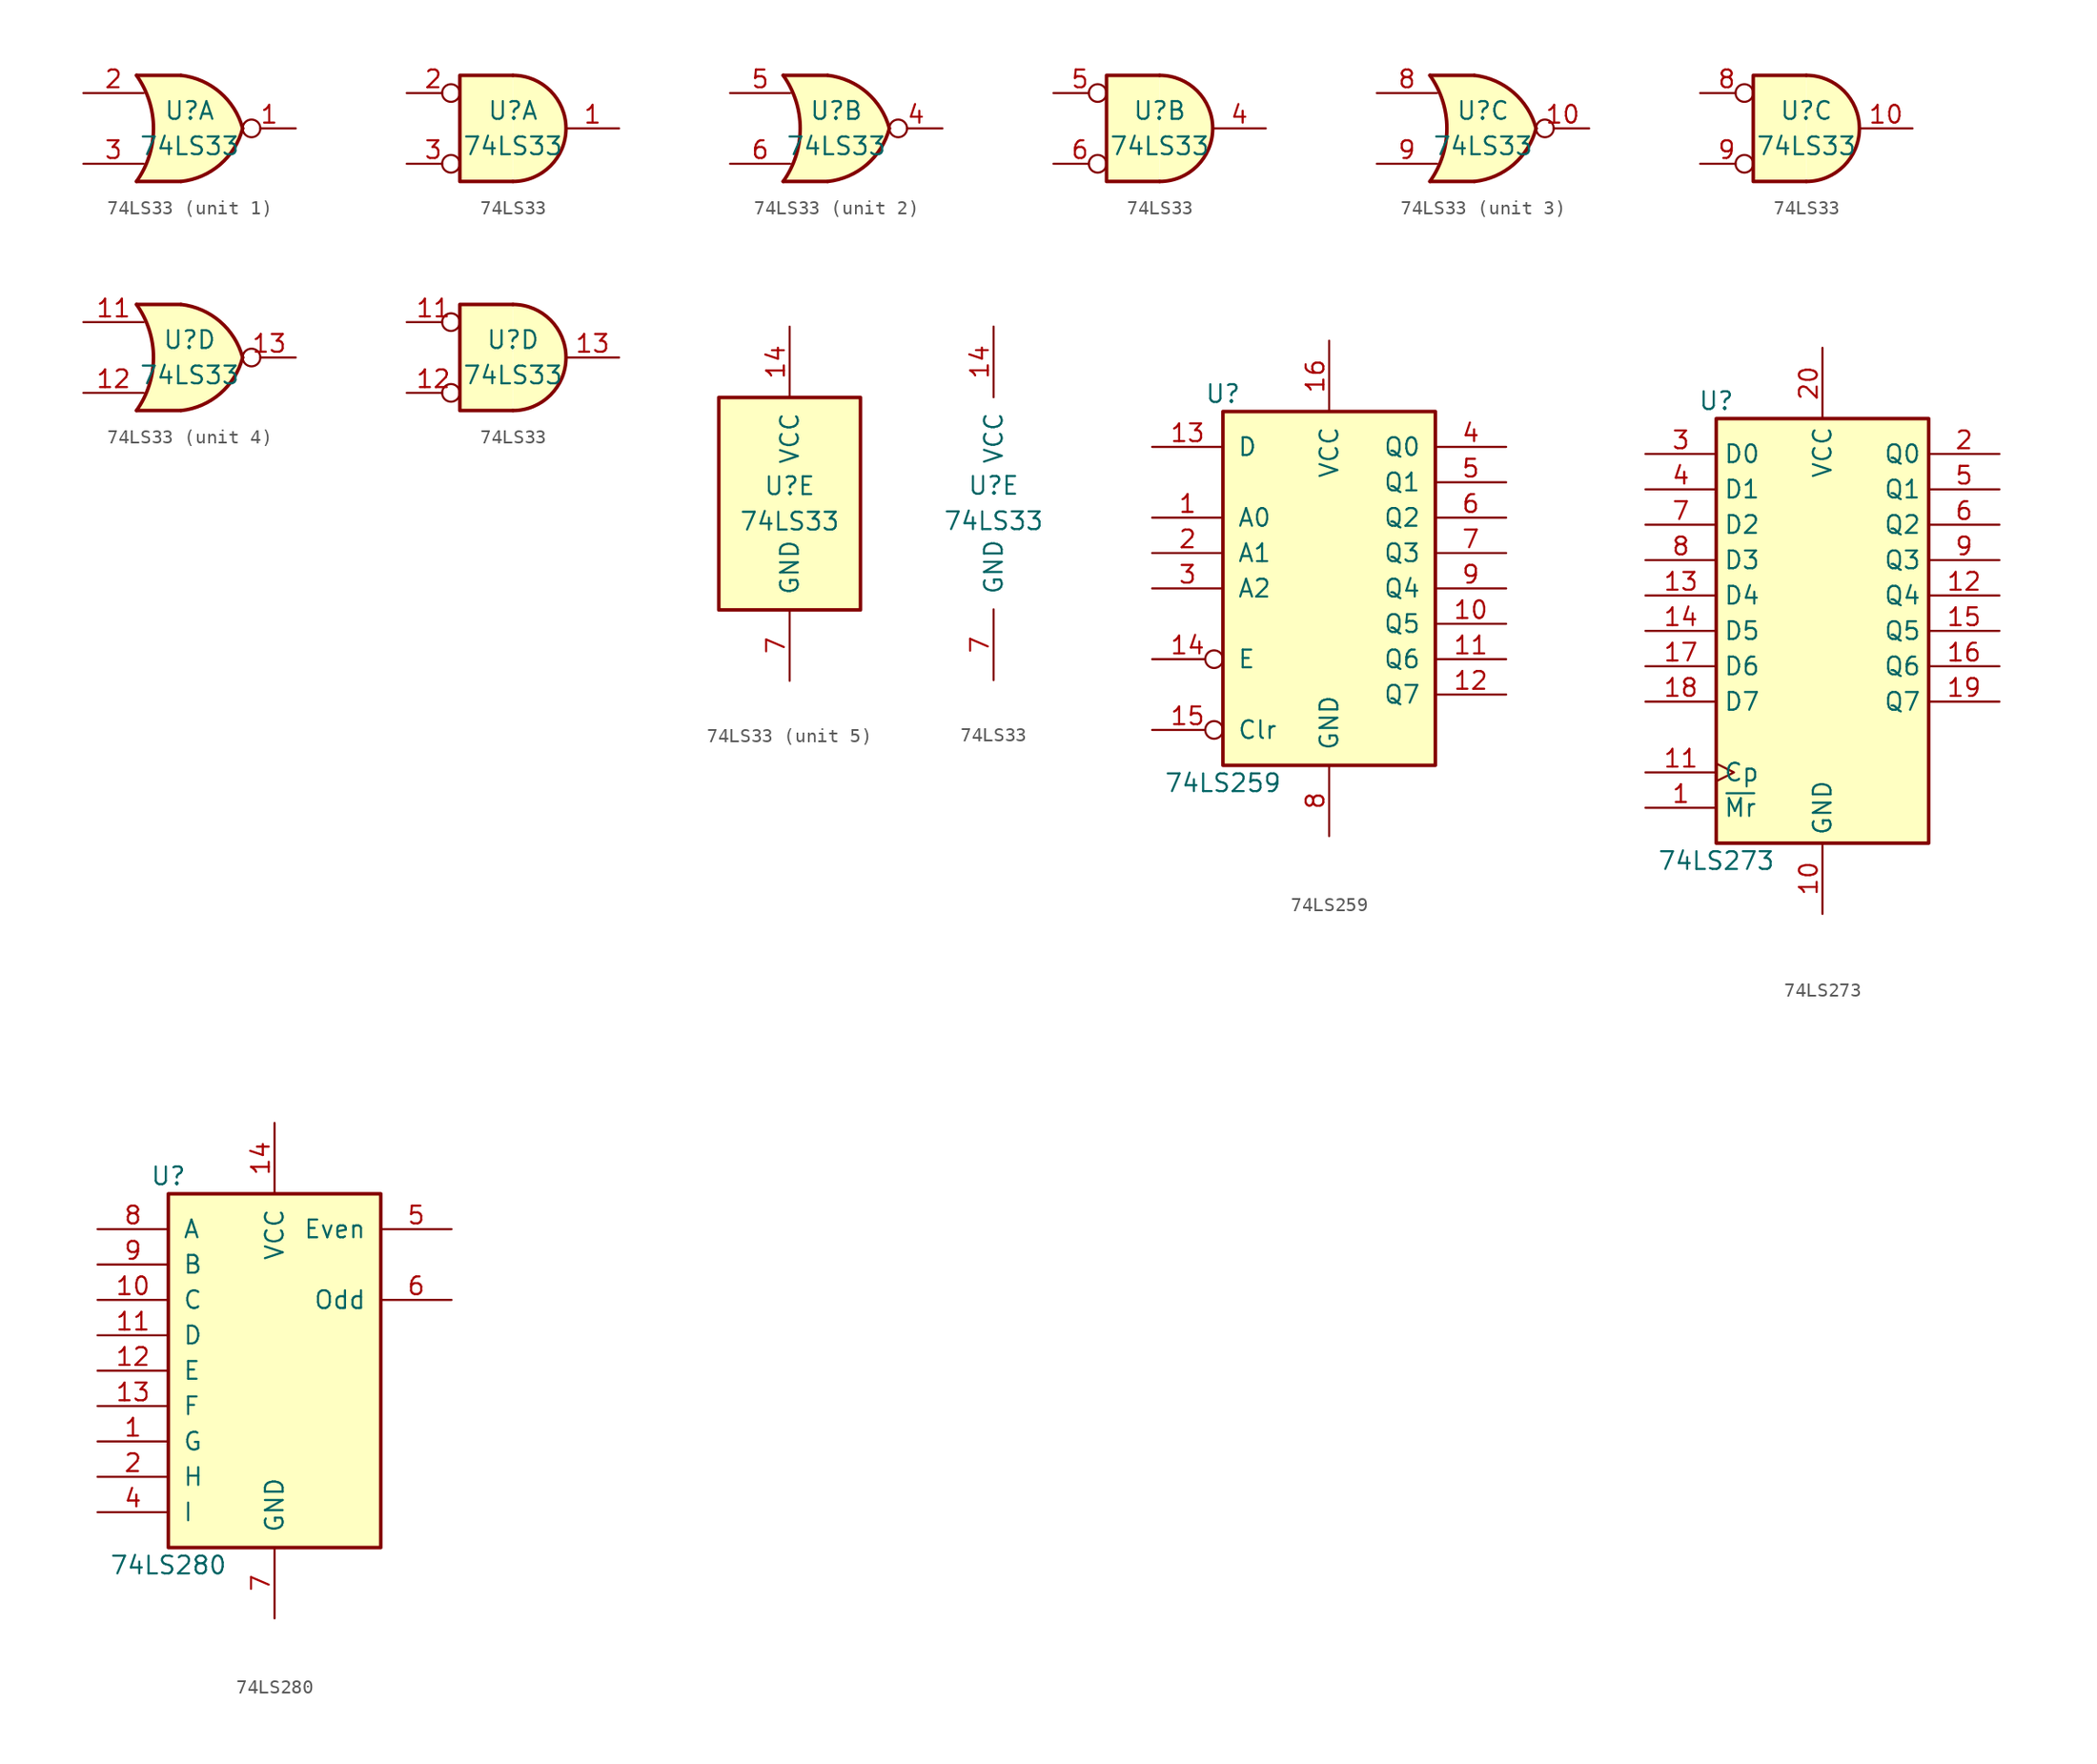
<source format=kicad_sym>
(kicad_symbol_lib
  (version 20241209)
  (generator "kicad_symbol_editor")
  (generator_version "9.0")
  (symbol "74LS33"
    (pin_names
      (offset 1.016))
    (property "Reference" "U"
      (at 0 1.27 0)
      (effects (font (size 1.27 1.27))))
    (property "Value" "74LS33"
      (at 0 -1.27 0)
      (effects (font (size 1.27 1.27))))
    (property "ki_locked" ""
      (at 0 0 0)
      (effects (font (size 1.27 1.27))))
    (symbol "74LS33_1_1"
      (arc (start -3.81 3.81) (mid -2.589 0) (end -3.81 -3.81) (stroke (width 0.254) (type solid)) (fill (type none)))
      (polyline (pts (xy -3.81 3.81) (xy -0.635 3.81)) (stroke (width 0.254) (type solid)) (fill (type background)))
      (polyline (pts (xy -3.81 -3.81) (xy -0.635 -3.81)) (stroke (width 0.254) (type solid)) (fill (type background)))
      (arc (start 3.81 0) (mid 2.1915 -2.5936) (end -0.6096 -3.81) (stroke (width 0.254) (type solid)) (fill (type background)))
      (arc (start -0.6096 3.81) (mid 2.1842 2.5851) (end 3.81 0) (stroke (width 0.254) (type solid)) (fill (type background)))
      (polyline (pts (xy -0.635 3.81) (xy -3.81 3.81) (xy -3.81 3.81) (xy -3.556 3.404) (xy -3.023 2.261) (xy -2.692 1.041) (xy -2.616 -0.254) (xy -2.769 -1.499) (xy -3.175 -2.718) (xy -3.81 -3.81) (xy -3.81 -3.81) (xy -0.635 -3.81)) (stroke (width -25.4) (type solid)) (fill (type background)))
      (pin input line (at -7.62 2.54 0) (length 4.318) (name "~" (effects (font (size 1.27 1.27)))) (number "2" (effects (font (size 1.27 1.27)))))
      (pin input line (at -7.62 -2.54 0) (length 4.318) (name "~" (effects (font (size 1.27 1.27)))) (number "3" (effects (font (size 1.27 1.27)))))
      (pin open_collector inverted (at 7.62 0 180) (length 3.81) (name "~" (effects (font (size 1.27 1.27)))) (number "1" (effects (font (size 1.27 1.27))))))
    (symbol "74LS33_1_2"
      (polyline (pts (xy 0 3.81) (xy -3.81 3.81) (xy -3.81 -3.81) (xy 0 -3.81)) (stroke (width 0.254) (type solid)) (fill (type background)))
      (arc (start 0 3.81) (mid 3.81 0) (end 0 -3.81) (stroke (width 0.254) (type solid)) (fill (type background)))
      (pin input inverted (at -7.62 2.54 0) (length 3.81) (name "~" (effects (font (size 1.27 1.27)))) (number "2" (effects (font (size 1.27 1.27)))))
      (pin input inverted (at -7.62 -2.54 0) (length 3.81) (name "~" (effects (font (size 1.27 1.27)))) (number "3" (effects (font (size 1.27 1.27)))))
      (pin open_collector line (at 7.62 0 180) (length 3.81) (name "~" (effects (font (size 1.27 1.27)))) (number "1" (effects (font (size 1.27 1.27))))))
    (symbol "74LS33_2_1"
      (arc (start -3.81 3.81) (mid -2.589 0) (end -3.81 -3.81) (stroke (width 0.254) (type solid)) (fill (type none)))
      (polyline (pts (xy -3.81 3.81) (xy -0.635 3.81)) (stroke (width 0.254) (type solid)) (fill (type background)))
      (polyline (pts (xy -3.81 -3.81) (xy -0.635 -3.81)) (stroke (width 0.254) (type solid)) (fill (type background)))
      (arc (start 3.81 0) (mid 2.1915 -2.5936) (end -0.6096 -3.81) (stroke (width 0.254) (type solid)) (fill (type background)))
      (arc (start -0.6096 3.81) (mid 2.1842 2.5851) (end 3.81 0) (stroke (width 0.254) (type solid)) (fill (type background)))
      (polyline (pts (xy -0.635 3.81) (xy -3.81 3.81) (xy -3.81 3.81) (xy -3.556 3.404) (xy -3.023 2.261) (xy -2.692 1.041) (xy -2.616 -0.254) (xy -2.769 -1.499) (xy -3.175 -2.718) (xy -3.81 -3.81) (xy -3.81 -3.81) (xy -0.635 -3.81)) (stroke (width -25.4) (type solid)) (fill (type background)))
      (pin input line (at -7.62 2.54 0) (length 4.318) (name "~" (effects (font (size 1.27 1.27)))) (number "5" (effects (font (size 1.27 1.27)))))
      (pin input line (at -7.62 -2.54 0) (length 4.318) (name "~" (effects (font (size 1.27 1.27)))) (number "6" (effects (font (size 1.27 1.27)))))
      (pin open_collector inverted (at 7.62 0 180) (length 3.81) (name "~" (effects (font (size 1.27 1.27)))) (number "4" (effects (font (size 1.27 1.27))))))
    (symbol "74LS33_2_2"
      (polyline (pts (xy 0 3.81) (xy -3.81 3.81) (xy -3.81 -3.81) (xy 0 -3.81)) (stroke (width 0.254) (type solid)) (fill (type background)))
      (arc (start 0 3.81) (mid 3.81 0) (end 0 -3.81) (stroke (width 0.254) (type solid)) (fill (type background)))
      (pin input inverted (at -7.62 2.54 0) (length 3.81) (name "~" (effects (font (size 1.27 1.27)))) (number "5" (effects (font (size 1.27 1.27)))))
      (pin input inverted (at -7.62 -2.54 0) (length 3.81) (name "~" (effects (font (size 1.27 1.27)))) (number "6" (effects (font (size 1.27 1.27)))))
      (pin open_collector line (at 7.62 0 180) (length 3.81) (name "~" (effects (font (size 1.27 1.27)))) (number "4" (effects (font (size 1.27 1.27))))))
    (symbol "74LS33_3_1"
      (arc (start -3.81 3.81) (mid -2.589 0) (end -3.81 -3.81) (stroke (width 0.254) (type solid)) (fill (type none)))
      (polyline (pts (xy -3.81 3.81) (xy -0.635 3.81)) (stroke (width 0.254) (type solid)) (fill (type background)))
      (polyline (pts (xy -3.81 -3.81) (xy -0.635 -3.81)) (stroke (width 0.254) (type solid)) (fill (type background)))
      (arc (start 3.81 0) (mid 2.1915 -2.5936) (end -0.6096 -3.81) (stroke (width 0.254) (type solid)) (fill (type background)))
      (arc (start -0.6096 3.81) (mid 2.1842 2.5851) (end 3.81 0) (stroke (width 0.254) (type solid)) (fill (type background)))
      (polyline (pts (xy -0.635 3.81) (xy -3.81 3.81) (xy -3.81 3.81) (xy -3.556 3.404) (xy -3.023 2.261) (xy -2.692 1.041) (xy -2.616 -0.254) (xy -2.769 -1.499) (xy -3.175 -2.718) (xy -3.81 -3.81) (xy -3.81 -3.81) (xy -0.635 -3.81)) (stroke (width -25.4) (type solid)) (fill (type background)))
      (pin input line (at -7.62 2.54 0) (length 4.318) (name "~" (effects (font (size 1.27 1.27)))) (number "8" (effects (font (size 1.27 1.27)))))
      (pin input line (at -7.62 -2.54 0) (length 4.318) (name "~" (effects (font (size 1.27 1.27)))) (number "9" (effects (font (size 1.27 1.27)))))
      (pin open_collector inverted (at 7.62 0 180) (length 3.81) (name "~" (effects (font (size 1.27 1.27)))) (number "10" (effects (font (size 1.27 1.27))))))
    (symbol "74LS33_3_2"
      (polyline (pts (xy 0 3.81) (xy -3.81 3.81) (xy -3.81 -3.81) (xy 0 -3.81)) (stroke (width 0.254) (type solid)) (fill (type background)))
      (arc (start 0 3.81) (mid 3.81 0) (end 0 -3.81) (stroke (width 0.254) (type solid)) (fill (type background)))
      (pin input inverted (at -7.62 2.54 0) (length 3.81) (name "~" (effects (font (size 1.27 1.27)))) (number "8" (effects (font (size 1.27 1.27)))))
      (pin input inverted (at -7.62 -2.54 0) (length 3.81) (name "~" (effects (font (size 1.27 1.27)))) (number "9" (effects (font (size 1.27 1.27)))))
      (pin open_collector line (at 7.62 0 180) (length 3.81) (name "~" (effects (font (size 1.27 1.27)))) (number "10" (effects (font (size 1.27 1.27))))))
    (symbol "74LS33_4_1"
      (arc (start -3.81 3.81) (mid -2.589 0) (end -3.81 -3.81) (stroke (width 0.254) (type solid)) (fill (type none)))
      (polyline (pts (xy -3.81 3.81) (xy -0.635 3.81)) (stroke (width 0.254) (type solid)) (fill (type background)))
      (polyline (pts (xy -3.81 -3.81) (xy -0.635 -3.81)) (stroke (width 0.254) (type solid)) (fill (type background)))
      (arc (start 3.81 0) (mid 2.1915 -2.5936) (end -0.6096 -3.81) (stroke (width 0.254) (type solid)) (fill (type background)))
      (arc (start -0.6096 3.81) (mid 2.1842 2.5851) (end 3.81 0) (stroke (width 0.254) (type solid)) (fill (type background)))
      (polyline (pts (xy -0.635 3.81) (xy -3.81 3.81) (xy -3.81 3.81) (xy -3.556 3.404) (xy -3.023 2.261) (xy -2.692 1.041) (xy -2.616 -0.254) (xy -2.769 -1.499) (xy -3.175 -2.718) (xy -3.81 -3.81) (xy -3.81 -3.81) (xy -0.635 -3.81)) (stroke (width -25.4) (type solid)) (fill (type background)))
      (pin input line (at -7.62 2.54 0) (length 4.318) (name "~" (effects (font (size 1.27 1.27)))) (number "11" (effects (font (size 1.27 1.27)))))
      (pin input line (at -7.62 -2.54 0) (length 4.318) (name "~" (effects (font (size 1.27 1.27)))) (number "12" (effects (font (size 1.27 1.27)))))
      (pin open_collector inverted (at 7.62 0 180) (length 3.81) (name "~" (effects (font (size 1.27 1.27)))) (number "13" (effects (font (size 1.27 1.27))))))
    (symbol "74LS33_4_2"
      (polyline (pts (xy 0 3.81) (xy -3.81 3.81) (xy -3.81 -3.81) (xy 0 -3.81)) (stroke (width 0.254) (type solid)) (fill (type background)))
      (arc (start 0 3.81) (mid 3.81 0) (end 0 -3.81) (stroke (width 0.254) (type solid)) (fill (type background)))
      (pin input inverted (at -7.62 2.54 0) (length 3.81) (name "~" (effects (font (size 1.27 1.27)))) (number "11" (effects (font (size 1.27 1.27)))))
      (pin input inverted (at -7.62 -2.54 0) (length 3.81) (name "~" (effects (font (size 1.27 1.27)))) (number "12" (effects (font (size 1.27 1.27)))))
      (pin open_collector line (at 7.62 0 180) (length 3.81) (name "~" (effects (font (size 1.27 1.27)))) (number "13" (effects (font (size 1.27 1.27))))))
    (symbol "74LS33_5_0"
      (pin power_in line (at 0 12.7 270) (length 5.08) (name "VCC" (effects (font (size 1.27 1.27)))) (number "14" (effects (font (size 1.27 1.27)))))
      (pin power_in line (at 0 -12.7 90) (length 5.08) (name "GND" (effects (font (size 1.27 1.27)))) (number "7" (effects (font (size 1.27 1.27))))))
    (symbol "74LS33_5_1"
      (rectangle (start -5.08 7.62) (end 5.08 -7.62) (stroke (width 0.254) (type solid)) (fill (type background)))))
  (symbol "74LS259"
    (pin_names
      (offset 1.016))
    (property "Reference" "U"
      (at -7.62 13.97 0)
      (effects (font (size 1.27 1.27))))
    (property "Value" "74LS259"
      (at -7.62 -13.97 0)
      (effects (font (size 1.27 1.27))))
    (property "ki_locked" ""
      (at 0 0 0)
      (effects (font (size 1.27 1.27))))
    (symbol "74LS259_1_0"
      (pin input line (at -12.7 10.16 0) (length 5.08) (name "D" (effects (font (size 1.27 1.27)))) (number "13" (effects (font (size 1.27 1.27)))))
      (pin input line (at -12.7 5.08 0) (length 5.08) (name "A0" (effects (font (size 1.27 1.27)))) (number "1" (effects (font (size 1.27 1.27)))))
      (pin input line (at -12.7 2.54 0) (length 5.08) (name "A1" (effects (font (size 1.27 1.27)))) (number "2" (effects (font (size 1.27 1.27)))))
      (pin input line (at -12.7 0 0) (length 5.08) (name "A2" (effects (font (size 1.27 1.27)))) (number "3" (effects (font (size 1.27 1.27)))))
      (pin input inverted (at -12.7 -5.08 0) (length 5.08) (name "E" (effects (font (size 1.27 1.27)))) (number "14" (effects (font (size 1.27 1.27)))))
      (pin input inverted (at -12.7 -10.16 0) (length 5.08) (name "Clr" (effects (font (size 1.27 1.27)))) (number "15" (effects (font (size 1.27 1.27)))))
      (pin power_in line (at 0 17.78 270) (length 5.08) (name "VCC" (effects (font (size 1.27 1.27)))) (number "16" (effects (font (size 1.27 1.27)))))
      (pin power_in line (at 0 -17.78 90) (length 5.08) (name "GND" (effects (font (size 1.27 1.27)))) (number "8" (effects (font (size 1.27 1.27)))))
      (pin output line (at 12.7 10.16 180) (length 5.08) (name "Q0" (effects (font (size 1.27 1.27)))) (number "4" (effects (font (size 1.27 1.27)))))
      (pin output line (at 12.7 7.62 180) (length 5.08) (name "Q1" (effects (font (size 1.27 1.27)))) (number "5" (effects (font (size 1.27 1.27)))))
      (pin output line (at 12.7 5.08 180) (length 5.08) (name "Q2" (effects (font (size 1.27 1.27)))) (number "6" (effects (font (size 1.27 1.27)))))
      (pin output line (at 12.7 2.54 180) (length 5.08) (name "Q3" (effects (font (size 1.27 1.27)))) (number "7" (effects (font (size 1.27 1.27)))))
      (pin output line (at 12.7 0 180) (length 5.08) (name "Q4" (effects (font (size 1.27 1.27)))) (number "9" (effects (font (size 1.27 1.27)))))
      (pin output line (at 12.7 -2.54 180) (length 5.08) (name "Q5" (effects (font (size 1.27 1.27)))) (number "10" (effects (font (size 1.27 1.27)))))
      (pin output line (at 12.7 -5.08 180) (length 5.08) (name "Q6" (effects (font (size 1.27 1.27)))) (number "11" (effects (font (size 1.27 1.27)))))
      (pin output line (at 12.7 -7.62 180) (length 5.08) (name "Q7" (effects (font (size 1.27 1.27)))) (number "12" (effects (font (size 1.27 1.27))))))
    (symbol "74LS259_1_1"
      (rectangle (start -7.62 12.7) (end 7.62 -12.7) (stroke (width 0.254) (type solid)) (fill (type background)))))
  (symbol "74LS273"
    (property "Reference" "U"
      (at -7.62 16.51 0)
      (effects (font (size 1.27 1.27))))
    (property "Value" "74LS273"
      (at -7.62 -16.51 0)
      (effects (font (size 1.27 1.27))))
    (symbol "74LS273_1_0"
      (pin input line (at -12.7 12.7 0) (length 5.08) (name "D0" (effects (font (size 1.27 1.27)))) (number "3" (effects (font (size 1.27 1.27)))))
      (pin input line (at -12.7 10.16 0) (length 5.08) (name "D1" (effects (font (size 1.27 1.27)))) (number "4" (effects (font (size 1.27 1.27)))))
      (pin input line (at -12.7 7.62 0) (length 5.08) (name "D2" (effects (font (size 1.27 1.27)))) (number "7" (effects (font (size 1.27 1.27)))))
      (pin input line (at -12.7 5.08 0) (length 5.08) (name "D3" (effects (font (size 1.27 1.27)))) (number "8" (effects (font (size 1.27 1.27)))))
      (pin input line (at -12.7 2.54 0) (length 5.08) (name "D4" (effects (font (size 1.27 1.27)))) (number "13" (effects (font (size 1.27 1.27)))))
      (pin input line (at -12.7 0 0) (length 5.08) (name "D5" (effects (font (size 1.27 1.27)))) (number "14" (effects (font (size 1.27 1.27)))))
      (pin input line (at -12.7 -2.54 0) (length 5.08) (name "D6" (effects (font (size 1.27 1.27)))) (number "17" (effects (font (size 1.27 1.27)))))
      (pin input line (at -12.7 -5.08 0) (length 5.08) (name "D7" (effects (font (size 1.27 1.27)))) (number "18" (effects (font (size 1.27 1.27)))))
      (pin input clock (at -12.7 -10.16 0) (length 5.08) (name "Cp" (effects (font (size 1.27 1.27)))) (number "11" (effects (font (size 1.27 1.27)))))
      (pin input line (at -12.7 -12.7 0) (length 5.08) (name "~{Mr}" (effects (font (size 1.27 1.27)))) (number "1" (effects (font (size 1.27 1.27)))))
      (pin power_in line (at 0 20.32 270) (length 5.08) (name "VCC" (effects (font (size 1.27 1.27)))) (number "20" (effects (font (size 1.27 1.27)))))
      (pin power_in line (at 0 -20.32 90) (length 5.08) (name "GND" (effects (font (size 1.27 1.27)))) (number "10" (effects (font (size 1.27 1.27)))))
      (pin output line (at 12.7 12.7 180) (length 5.08) (name "Q0" (effects (font (size 1.27 1.27)))) (number "2" (effects (font (size 1.27 1.27)))))
      (pin output line (at 12.7 10.16 180) (length 5.08) (name "Q1" (effects (font (size 1.27 1.27)))) (number "5" (effects (font (size 1.27 1.27)))))
      (pin output line (at 12.7 7.62 180) (length 5.08) (name "Q2" (effects (font (size 1.27 1.27)))) (number "6" (effects (font (size 1.27 1.27)))))
      (pin output line (at 12.7 5.08 180) (length 5.08) (name "Q3" (effects (font (size 1.27 1.27)))) (number "9" (effects (font (size 1.27 1.27)))))
      (pin output line (at 12.7 2.54 180) (length 5.08) (name "Q4" (effects (font (size 1.27 1.27)))) (number "12" (effects (font (size 1.27 1.27)))))
      (pin output line (at 12.7 0 180) (length 5.08) (name "Q5" (effects (font (size 1.27 1.27)))) (number "15" (effects (font (size 1.27 1.27)))))
      (pin output line (at 12.7 -2.54 180) (length 5.08) (name "Q6" (effects (font (size 1.27 1.27)))) (number "16" (effects (font (size 1.27 1.27)))))
      (pin output line (at 12.7 -5.08 180) (length 5.08) (name "Q7" (effects (font (size 1.27 1.27)))) (number "19" (effects (font (size 1.27 1.27))))))
    (symbol "74LS273_1_1"
      (rectangle (start -7.62 15.24) (end 7.62 -15.24) (stroke (width 0.254) (type solid)) (fill (type background)))))
  (symbol "74LS280"
    (pin_names
      (offset 1.016))
    (property "Reference" "U"
      (at -7.62 13.97 0)
      (effects (font (size 1.27 1.27))))
    (property "Value" "74LS280"
      (at -7.62 -13.97 0)
      (effects (font (size 1.27 1.27))))
    (property "ki_locked" ""
      (at 0 0 0)
      (effects (font (size 1.27 1.27))))
    (symbol "74LS280_1_0"
      (pin input line (at -12.7 10.16 0) (length 5.08) (name "A" (effects (font (size 1.27 1.27)))) (number "8" (effects (font (size 1.27 1.27)))))
      (pin input line (at -12.7 7.62 0) (length 5.08) (name "B" (effects (font (size 1.27 1.27)))) (number "9" (effects (font (size 1.27 1.27)))))
      (pin input line (at -12.7 5.08 0) (length 5.08) (name "C" (effects (font (size 1.27 1.27)))) (number "10" (effects (font (size 1.27 1.27)))))
      (pin input line (at -12.7 2.54 0) (length 5.08) (name "D" (effects (font (size 1.27 1.27)))) (number "11" (effects (font (size 1.27 1.27)))))
      (pin input line (at -12.7 0 0) (length 5.08) (name "E" (effects (font (size 1.27 1.27)))) (number "12" (effects (font (size 1.27 1.27)))))
      (pin input line (at -12.7 -2.54 0) (length 5.08) (name "F" (effects (font (size 1.27 1.27)))) (number "13" (effects (font (size 1.27 1.27)))))
      (pin input line (at -12.7 -5.08 0) (length 5.08) (name "G" (effects (font (size 1.27 1.27)))) (number "1" (effects (font (size 1.27 1.27)))))
      (pin input line (at -12.7 -7.62 0) (length 5.08) (name "H" (effects (font (size 1.27 1.27)))) (number "2" (effects (font (size 1.27 1.27)))))
      (pin input line (at -12.7 -10.16 0) (length 5.08) (name "I" (effects (font (size 1.27 1.27)))) (number "4" (effects (font (size 1.27 1.27)))))
      (pin power_in line (at 0 17.78 270) (length 5.08) (name "VCC" (effects (font (size 1.27 1.27)))) (number "14" (effects (font (size 1.27 1.27)))))
      (pin power_in line (at 0 -17.78 90) (length 5.08) (name "GND" (effects (font (size 1.27 1.27)))) (number "7" (effects (font (size 1.27 1.27)))))
      (pin output line (at 12.7 10.16 180) (length 5.08) (name "Even" (effects (font (size 1.27 1.27)))) (number "5" (effects (font (size 1.27 1.27)))))
      (pin output line (at 12.7 5.08 180) (length 5.08) (name "Odd" (effects (font (size 1.27 1.27)))) (number "6" (effects (font (size 1.27 1.27))))))
    (symbol "74LS280_1_1"
      (rectangle (start -7.62 12.7) (end 7.62 -12.7) (stroke (width 0.254) (type solid)) (fill (type background)))
      (pin no_connect line (at 7.62 0 180) (length 2.54) (hide yes) (name "NC" (effects (font (size 1.27 1.27)))) (number "3" (effects (font (size 1.27 1.27))))))))
</source>
